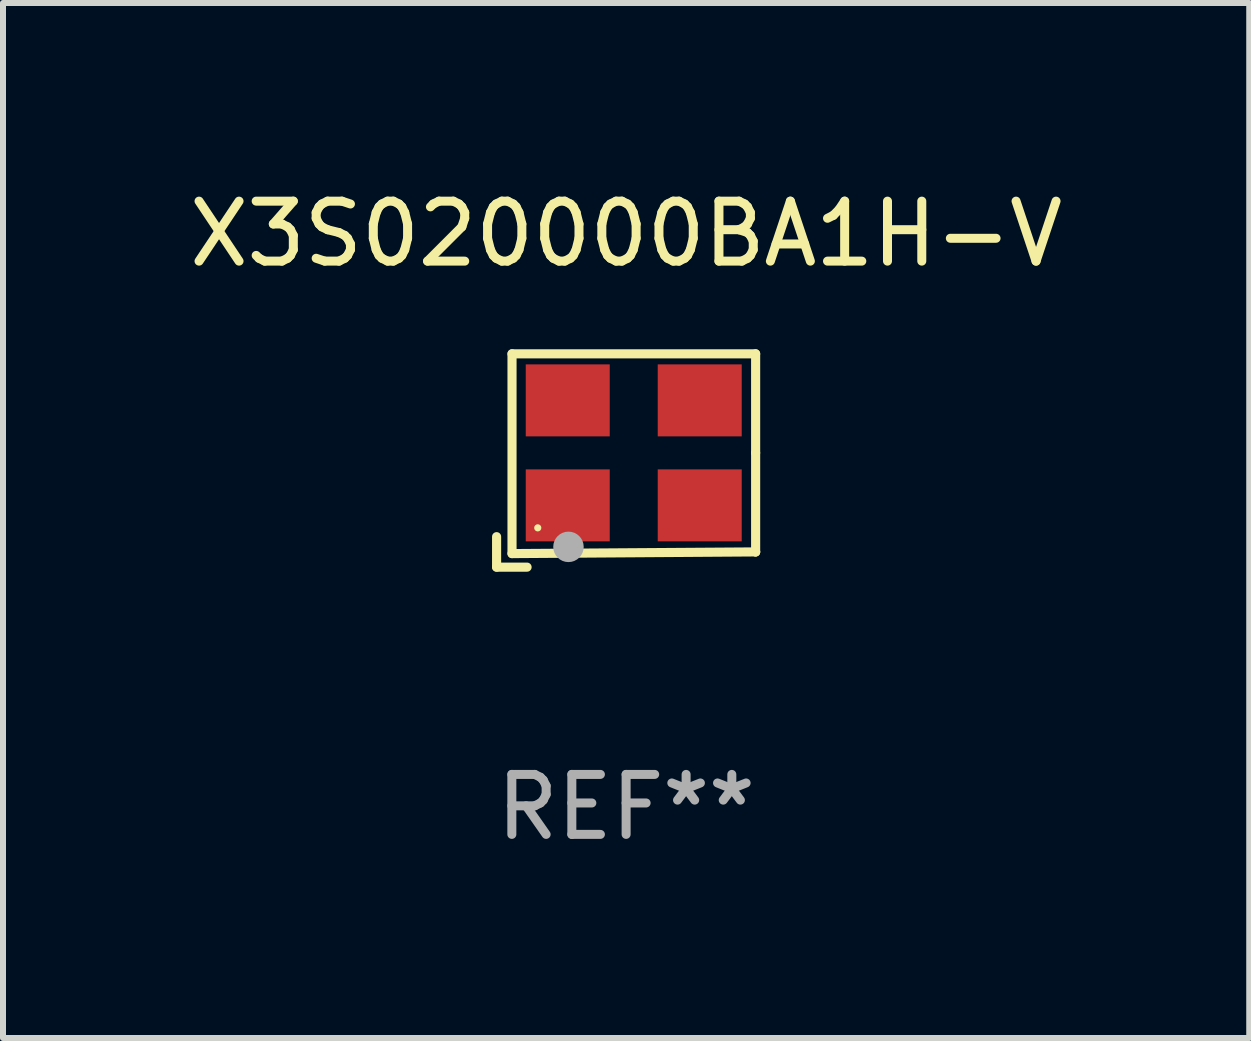
<source format=kicad_pcb>
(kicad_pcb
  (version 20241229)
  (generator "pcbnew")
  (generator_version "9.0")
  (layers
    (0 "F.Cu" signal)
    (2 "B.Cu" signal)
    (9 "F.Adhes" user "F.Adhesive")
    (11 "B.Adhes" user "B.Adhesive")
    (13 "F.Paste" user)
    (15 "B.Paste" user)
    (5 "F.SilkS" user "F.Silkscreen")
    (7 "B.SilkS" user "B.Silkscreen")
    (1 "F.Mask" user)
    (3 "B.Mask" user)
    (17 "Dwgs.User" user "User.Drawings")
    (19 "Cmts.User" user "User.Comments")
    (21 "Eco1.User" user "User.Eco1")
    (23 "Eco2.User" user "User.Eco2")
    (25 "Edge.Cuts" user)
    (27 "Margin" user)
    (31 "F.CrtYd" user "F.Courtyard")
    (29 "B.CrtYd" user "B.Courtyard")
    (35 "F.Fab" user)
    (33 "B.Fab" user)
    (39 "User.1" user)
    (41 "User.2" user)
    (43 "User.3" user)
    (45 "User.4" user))
  (footprint "X3S020000BA1H-V"
    (layer "F.Cu")
    (at 7.387 4.626)
    (property "Reference" "X3S020000BA1H-V" (at 0 -3.778 0) (layer "F.SilkS") (effects (font (size 1 1) (thickness 0.15))))
    (attr through_hole)
    (fp_line (start -2.159 1.27) (end -2.159 1.778) (stroke (width 0.152) (type solid)) (layer "F.SilkS"))
    (fp_line (start -2.159 1.778) (end -1.651 1.778) (stroke (width 0.152) (type solid)) (layer "F.SilkS"))
    (fp_line (start -1.902 -1.778) (end 2.159 -1.778) (stroke (width 0.152) (type solid)) (layer "F.SilkS"))
    (fp_line (start -1.902 1.552) (end -1.902 -1.778) (stroke (width 0.152) (type solid)) (layer "F.SilkS"))
    (fp_line (start 2.159 -1.778) (end 2.159 -0.127) (stroke (width 0.152) (type solid)) (layer "F.SilkS"))
    (fp_line (start 2.159 -0.127) (end 2.159 1.524) (stroke (width 0.152) (type solid)) (layer "F.SilkS"))
    (fp_line (start 2.159 1.524) (end -1.902 1.552) (stroke (width 0.152) (type solid)) (layer "F.SilkS"))
    (fp_line (start 2.159 1.524) (end 2.159 1.524) (stroke (width 0.152) (type solid)) (layer "F.SilkS"))
    (fp_circle (center -1.473 1.123) (end -1.443 1.123) (stroke (width 0.06) (type solid)) (fill no) (layer "F.SilkS"))
    (fp_circle (center -0.961 1.44) (end -0.834 1.44) (stroke (width 0.254) (type solid)) (fill no) (layer "F.Fab"))
    (fp_text user "REF**" (at 0 5.778 0) (layer "F.Fab") (effects (font (size 1 1) (thickness 0.15))))
    (pad "1" smd rect (at -0.973 0.748) (size 1.4 1.2) (layers "F.Cu" "F.Mask" "F.Paste"))
    (pad "2" smd rect (at 1.227 0.748) (size 1.4 1.2) (layers "F.Cu" "F.Mask" "F.Paste"))
    (pad "3" smd rect (at 1.227 -1.002) (size 1.4 1.2) (layers "F.Cu" "F.Mask" "F.Paste"))
    (pad "4" smd rect (at -0.973 -1.002) (size 1.4 1.2) (layers "F.Cu" "F.Mask" "F.Paste")))
  (gr_rect
    (start -3 -3)
    (end 17.774 14.253)
    (stroke (width 0.1) (type default))
    (fill no)
    (layer "Edge.Cuts")))
</source>
